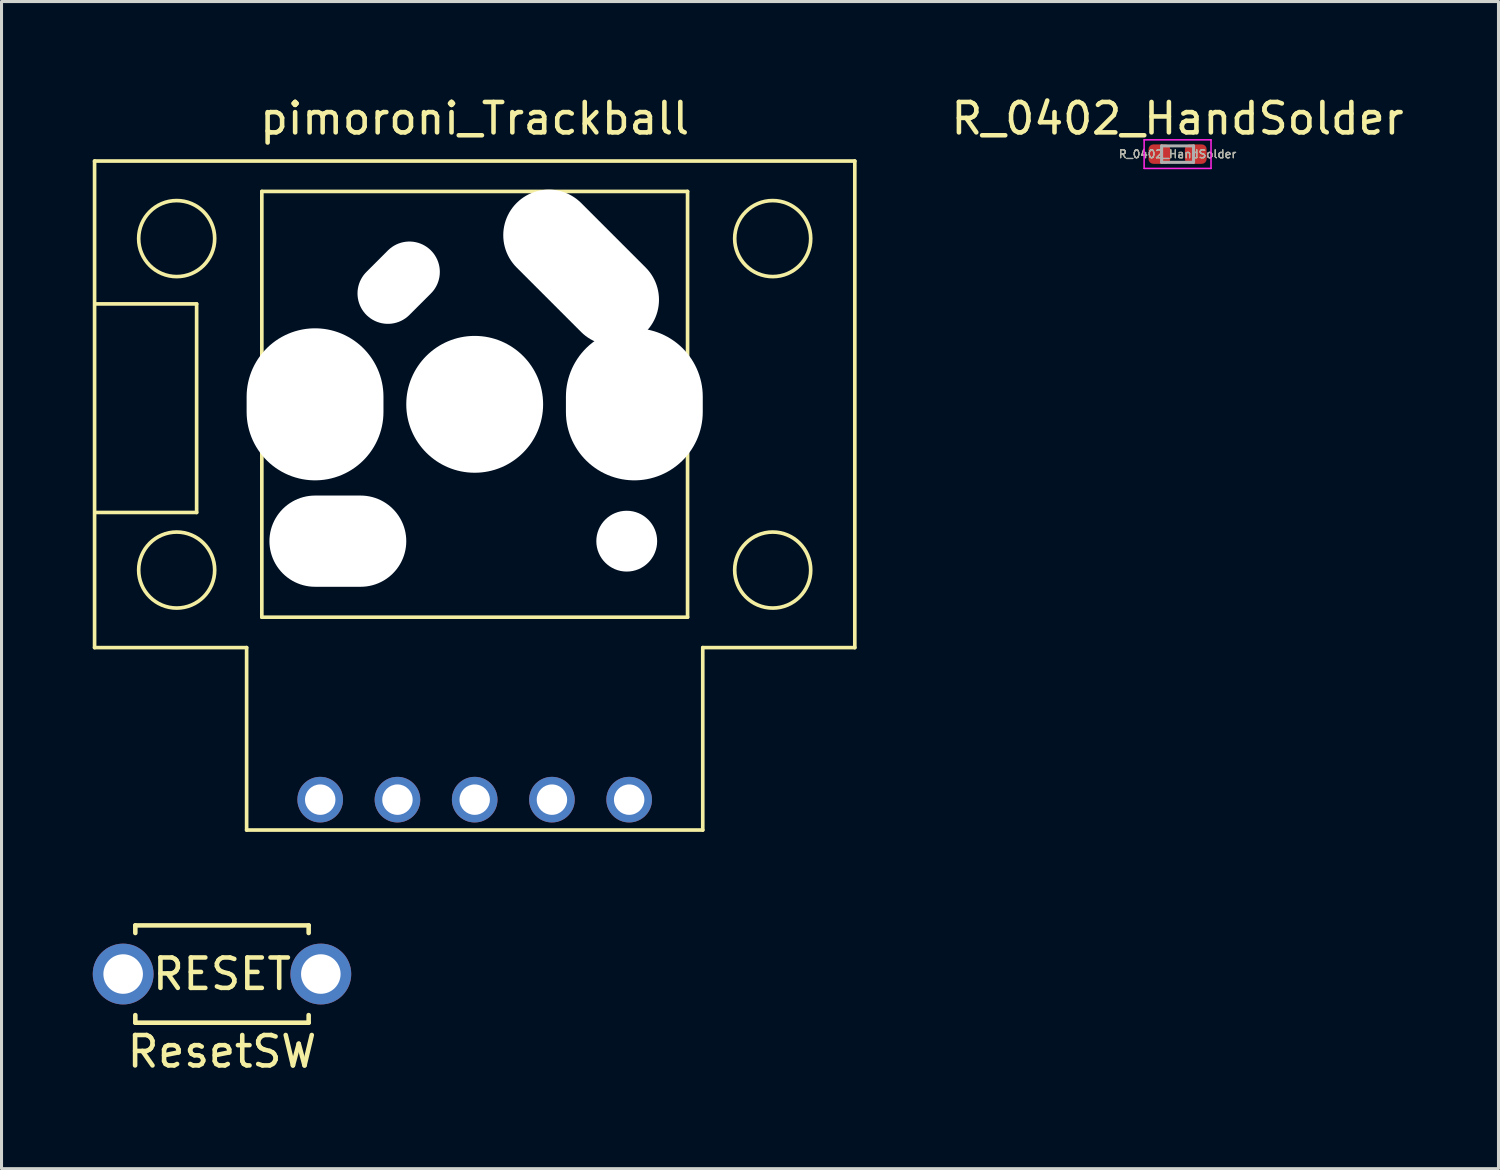
<source format=kicad_pcb>
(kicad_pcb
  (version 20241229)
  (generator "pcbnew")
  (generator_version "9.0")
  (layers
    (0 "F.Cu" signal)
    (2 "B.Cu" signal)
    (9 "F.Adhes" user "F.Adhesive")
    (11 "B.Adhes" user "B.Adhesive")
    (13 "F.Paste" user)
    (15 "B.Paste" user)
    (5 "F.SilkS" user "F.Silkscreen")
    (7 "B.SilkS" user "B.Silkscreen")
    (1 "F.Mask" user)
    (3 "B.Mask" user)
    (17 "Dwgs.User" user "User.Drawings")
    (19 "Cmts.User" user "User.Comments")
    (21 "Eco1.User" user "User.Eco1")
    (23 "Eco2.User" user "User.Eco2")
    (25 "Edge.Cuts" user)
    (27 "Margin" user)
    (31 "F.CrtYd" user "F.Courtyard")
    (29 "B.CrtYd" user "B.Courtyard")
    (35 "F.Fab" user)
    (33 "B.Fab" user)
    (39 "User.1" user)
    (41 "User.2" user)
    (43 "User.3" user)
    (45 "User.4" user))
  (footprint "R_0402_HandSolder"
    (layer "F.Cu")
    (at 35.674 2.018)
    (property "Reference" "R_0402_HandSolder" (at 0 -1.17 0) (layer "F.SilkS") (effects (font (size 1 1) (thickness 0.15))))
    (attr smd)
    (fp_line (start -1.1 -0.47) (end 1.1 -0.47) (stroke (width 0.05) (type solid)) (layer "F.CrtYd"))
    (fp_line (start -1.1 0.47) (end -1.1 -0.47) (stroke (width 0.05) (type solid)) (layer "F.CrtYd"))
    (fp_line (start 1.1 -0.47) (end 1.1 0.47) (stroke (width 0.05) (type solid)) (layer "F.CrtYd"))
    (fp_line (start 1.1 0.47) (end -1.1 0.47) (stroke (width 0.05) (type solid)) (layer "F.CrtYd"))
    (fp_line (start -0.525 -0.27) (end 0.525 -0.27) (stroke (width 0.1) (type solid)) (layer "F.Fab"))
    (fp_line (start -0.525 0.27) (end -0.525 -0.27) (stroke (width 0.1) (type solid)) (layer "F.Fab"))
    (fp_line (start 0.525 -0.27) (end 0.525 0.27) (stroke (width 0.1) (type solid)) (layer "F.Fab"))
    (fp_line (start 0.525 0.27) (end -0.525 0.27) (stroke (width 0.1) (type solid)) (layer "F.Fab"))
    (fp_text user "${REFERENCE}" (at 0 0 0) (layer "F.SilkS") (effects (font (size 0.26 0.26) (thickness 0.04))))
    (fp_text user "${REFERENCE}" (at 0 0 0) (layer "F.Fab") (effects (font (size 0.26 0.26) (thickness 0.04))))
    (pad "1" smd roundrect (at -0.598 0) (size 0.715 0.64) (layers "F.Cu" "F.Mask" "F.Paste") (roundrect_rratio 0.25))
    (pad "2" smd roundrect (at 0.598 0) (size 0.715 0.64) (layers "F.Cu" "F.Mask" "F.Paste") (roundrect_rratio 0.25)))
  (footprint "ResetSW"
    (layer "F.Cu")
    (at 4.25 28.981)
    (property "Reference" "ResetSW" (at 0 2.55 0) (layer "F.SilkS") (effects (font (size 1 1) (thickness 0.15))))
    (attr through_hole)
    (fp_line (start -2.85 -1.6) (end -2.85 -1.35) (stroke (width 0.15) (type solid)) (layer "F.SilkS"))
    (fp_line (start -2.85 -1.6) (end 2.85 -1.6) (stroke (width 0.15) (type solid)) (layer "F.SilkS"))
    (fp_line (start -2.85 1.6) (end -2.85 1.35) (stroke (width 0.15) (type solid)) (layer "F.SilkS"))
    (fp_line (start -2.85 1.6) (end 2.85 1.6) (stroke (width 0.15) (type solid)) (layer "F.SilkS"))
    (fp_line (start 2.85 -1.6) (end 2.85 -1.35) (stroke (width 0.15) (type solid)) (layer "F.SilkS"))
    (fp_line (start 2.85 1.6) (end 2.85 1.35) (stroke (width 0.15) (type solid)) (layer "F.SilkS"))
    (fp_text user "RESET" (at 0 0 0) (layer "F.SilkS") (effects (font (size 1 1) (thickness 0.15))))
    (pad "1" thru_hole circle (at 3.25 0) (size 2 2) (drill 1.3) (layers "*.Cu" "B.Mask"))
    (pad "2" thru_hole circle (at -3.25 0) (size 2 2) (drill 1.3) (layers "*.Cu" "B.Mask")))
  (footprint "pimoroni_Trackball"
    (layer "F.Cu")
    (at 12.56 10.246)
    (property "Reference" "pimoroni_Trackball" (at 0 -9.398 0) (layer "F.SilkS") (effects (font (size 1 1) (thickness 0.15))))
    (attr through_hole)
    (fp_line (start -12.5 -8) (end 12.5 -8) (stroke (width 0.12) (type solid)) (layer "F.SilkS"))
    (fp_line (start -12.5 8) (end -12.5 -8) (stroke (width 0.12) (type solid)) (layer "F.SilkS"))
    (fp_line (start -12.5 8) (end -7.5 8) (stroke (width 0.12) (type solid)) (layer "F.SilkS"))
    (fp_line (start -12.446 -3.302) (end -9.144 -3.302) (stroke (width 0.12) (type solid)) (layer "F.SilkS"))
    (fp_line (start -9.144 -3.302) (end -9.144 3.556) (stroke (width 0.12) (type solid)) (layer "F.SilkS"))
    (fp_line (start -9.144 3.556) (end -12.446 3.556) (stroke (width 0.12) (type solid)) (layer "F.SilkS"))
    (fp_line (start -7.5 14) (end -7.5 8) (stroke (width 0.12) (type solid)) (layer "F.SilkS"))
    (fp_line (start -7 -7) (end 7 -7) (stroke (width 0.12) (type solid)) (layer "F.SilkS"))
    (fp_line (start -7 7) (end -7 -7) (stroke (width 0.12) (type solid)) (layer "F.SilkS"))
    (fp_line (start 7 -7) (end 7 7) (stroke (width 0.12) (type solid)) (layer "F.SilkS"))
    (fp_line (start 7 7) (end -7 7) (stroke (width 0.12) (type solid)) (layer "F.SilkS"))
    (fp_line (start 7.5 8) (end 7.5 14) (stroke (width 0.12) (type solid)) (layer "F.SilkS"))
    (fp_line (start 7.5 14) (end -7.5 14) (stroke (width 0.12) (type solid)) (layer "F.SilkS"))
    (fp_line (start 12.5 -8) (end 12.5 8) (stroke (width 0.12) (type solid)) (layer "F.SilkS"))
    (fp_line (start 12.5 8) (end 7.5 8) (stroke (width 0.12) (type solid)) (layer "F.SilkS"))
    (fp_circle (center -9.8 -5.45) (end -8.55 -5.45) (stroke (width 0.12) (type solid)) (fill no) (layer "F.SilkS"))
    (fp_circle (center -9.8 5.45) (end -8.55 5.45) (stroke (width 0.12) (type solid)) (fill no) (layer "F.SilkS"))
    (fp_circle (center 9.8 -5.45) (end 11.05 -5.45) (stroke (width 0.12) (type solid)) (fill no) (layer "F.SilkS"))
    (fp_circle (center 9.8 5.45) (end 11.05 5.45) (stroke (width 0.12) (type solid)) (fill no) (layer "F.SilkS"))
    (pad "" np_thru_hole oval (at -5.25 0) (size 4.5 5) (drill oval 4.5 5) (layers "*.Cu" "*.Mask"))
    (pad "" np_thru_hole oval (at -4.5 4.5) (size 4.5 3) (drill oval 4.5 3) (layers "*.Cu" "*.Mask"))
    (pad "" np_thru_hole oval (at -2.5 -4 135) (size 2 3) (drill oval 2 3) (layers "*.Cu" "*.Mask"))
    (pad "" np_thru_hole circle (at 0 0) (size 4.5 4.5) (drill 4.5) (layers "*.Cu" "*.Mask"))
    (pad "" np_thru_hole oval (at 3.5 -4.5 315) (size 6 3) (drill oval 6 3) (layers "*.Cu" "*.Mask"))
    (pad "" np_thru_hole circle (at 5 4.5) (size 2 2) (drill 2) (layers "*.Cu" "*.Mask"))
    (pad "" np_thru_hole oval (at 5.25 0) (size 4.5 5) (drill oval 4.5 5) (layers "*.Cu" "*.Mask"))
    (pad "GND" thru_hole circle (at 5.08 13) (size 1.5 1.5) (drill 1) (layers "*.Cu" "*.Mask"))
    (pad "INT" thru_hole circle (at 2.54 13) (size 1.5 1.5) (drill 1) (layers "*.Cu" "*.Mask"))
    (pad "SCL" thru_hole circle (at 0 13) (size 1.5 1.5) (drill 1) (layers "*.Cu" "*.Mask"))
    (pad "SDA" thru_hole circle (at -2.54 13) (size 1.5 1.5) (drill 1) (layers "*.Cu" "*.Mask"))
    (pad "VCC" thru_hole circle (at -5.08 13) (size 1.5 1.5) (drill 1) (layers "*.Cu" "*.Mask")))
  (gr_rect
    (start -3 -3)
    (end 46.227 35.38)
    (stroke (width 0.1) (type default))
    (fill no)
    (layer "Edge.Cuts")))
</source>
